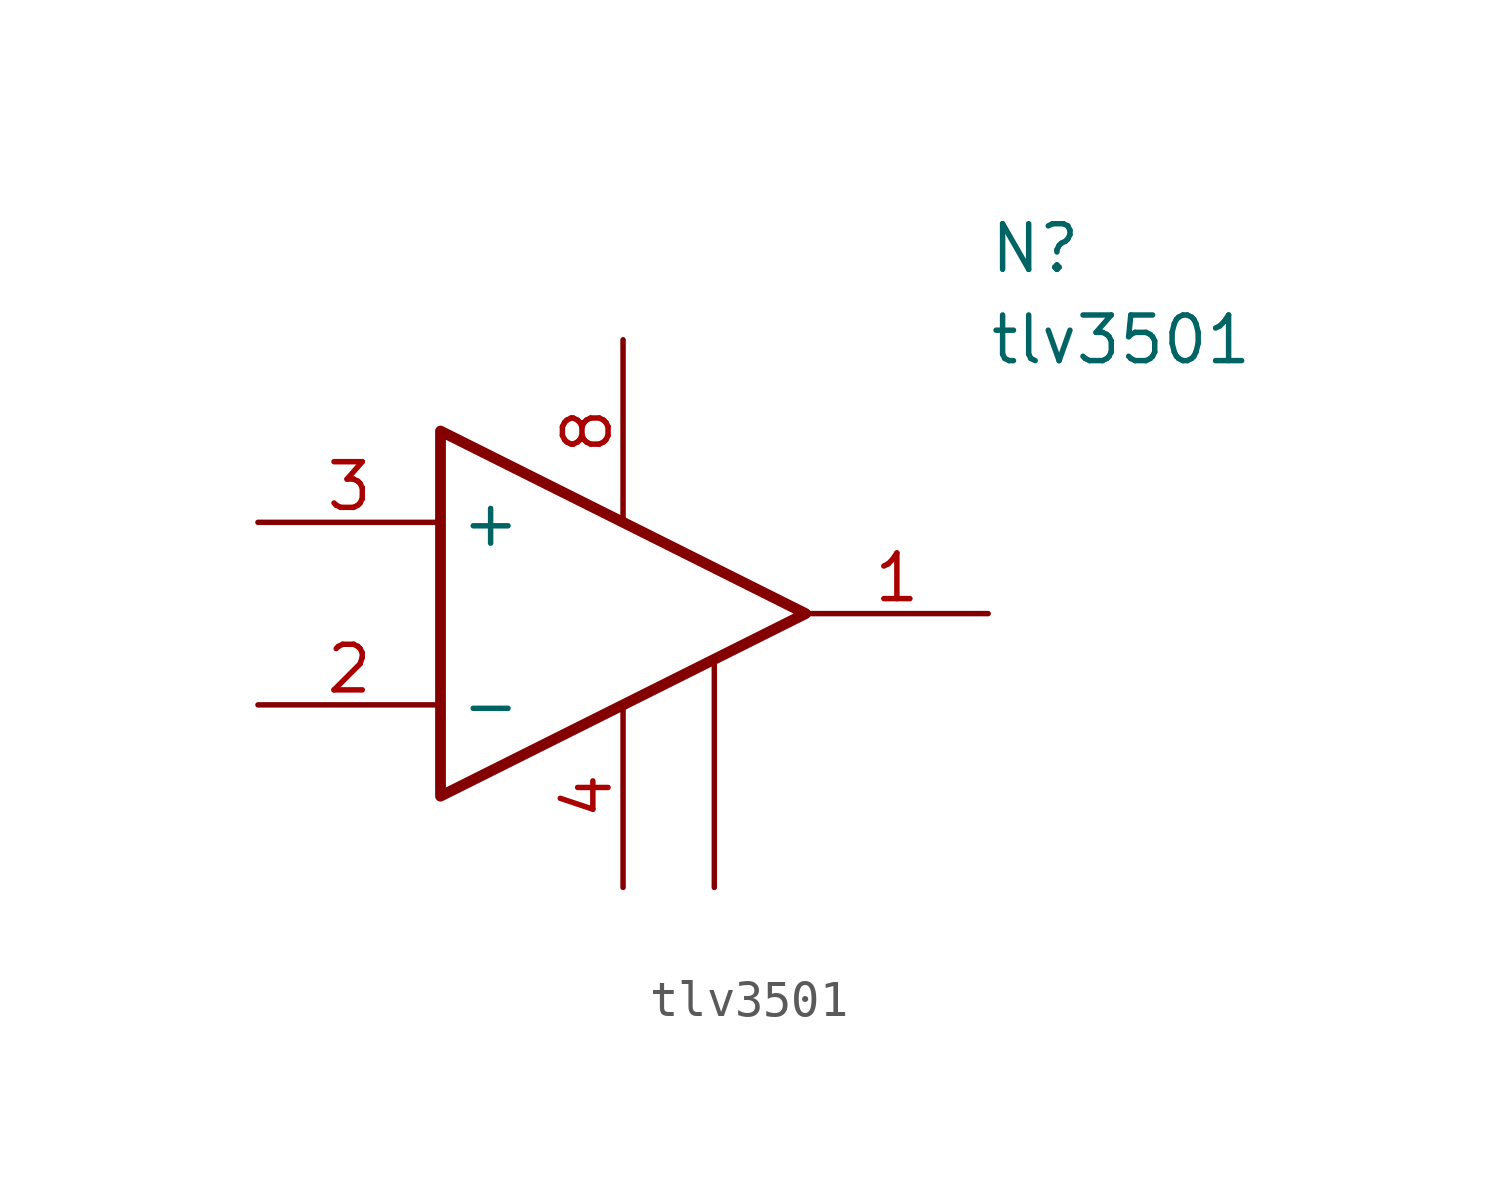
<source format=kicad_sym>
(kicad_symbol_lib
  (version 20231120)
  (generator "kicad_symbol_editor")
  (generator_version "8.0")
  (symbol "tlv3501"
    (property "Reference" "N"
      (at 10.16 10.16 0)
      (effects (font (size 1.27 1.27)) (justify left)))
    (property "Value" "tlv3501"
      (at 10.16 7.62 0)
      (effects (font (size 1.27 1.27)) (justify left)))
    (symbol "tlv3501_0_1"
      (polyline (pts (xy -5.08 5.08) (xy -5.08 -5.08) (xy 5.08 0) (xy -5.08 5.08)) (stroke (width 0.3) (type default)) (fill (type none))))
    (symbol "tlv3501_1_1"
      (pin power_in line (at 2.54 -7.62 90) (length 6.34) (name "" (effects (font (size 1.27 1.27)))) (number "" (effects (font (size 1.27 1.27)))))
      (pin open_collector line (at 10.16 0 180) (length 5.08) (name "" (effects (font (size 1.27 1.27)))) (number "1" (effects (font (size 1.27 1.27)))))
      (pin input line (at -10.16 -2.54 0) (length 5.08) (name "-" (effects (font (size 1.27 1.27)))) (number "2" (effects (font (size 1.27 1.27)))))
      (pin input line (at -10.16 2.54 0) (length 5.08) (name "+" (effects (font (size 1.27 1.27)))) (number "3" (effects (font (size 1.27 1.27)))))
      (pin power_in line (at 0 -7.62 90) (length 5.08) (name "" (effects (font (size 1.27 1.27)))) (number "4" (effects (font (size 1.27 1.27)))))
      (pin power_in line (at 0 7.62 270) (length 5.08) (name "" (effects (font (size 1.27 1.27)))) (number "8" (effects (font (size 1.27 1.27))))))))
</source>
